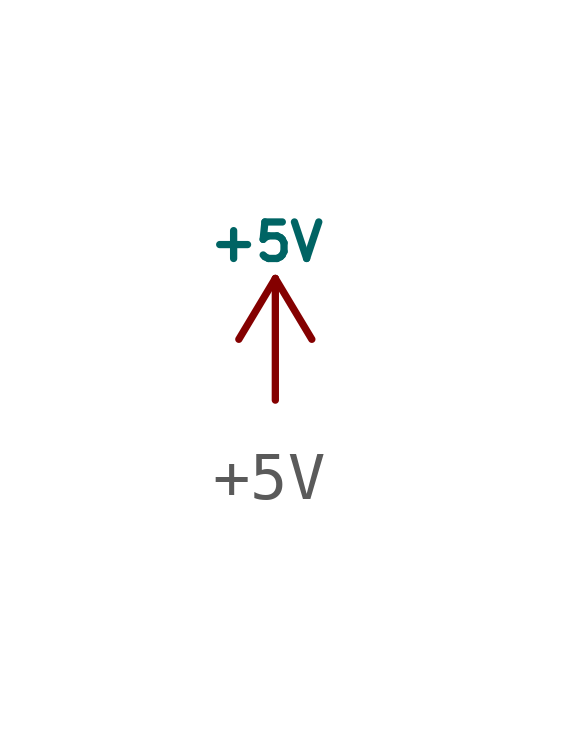
<source format=kicad_sym>
(kicad_symbol_lib
  (version 20220914)
  (generator kicad_symbol_editor)
  (symbol "+5V "
    (power)
    (pin_numbers hide)
    (pin_names
      (offset 0) hide)
    (property "Reference" "#PWR"
      (at 0 -3.81 0)
      (effects (font (size 1.27 1.27)) hide))
    (property "Value" "+5V "
      (at 0.254 3.302 0)
      (effects (font (size 0.762 0.762))))
    (symbol "+5V _0_1"
      (polyline (pts (xy -0.762 1.27) (xy 0 2.54)) (stroke (width 0) (type solid)) (fill (type none)))
      (polyline (pts (xy 0 0) (xy 0 2.54)) (stroke (width 0) (type solid)) (fill (type none)))
      (polyline (pts (xy 0 2.54) (xy 0.762 1.27)) (stroke (width 0) (type solid)) (fill (type none))))
    (symbol "+5V _1_1"
      (pin power_in line (at 0 0 90) (length 0) hide (name "+5V" (effects (font (size 1.27 1.27)))) (number "1" (effects (font (size 1.27 1.27))))))))
</source>
